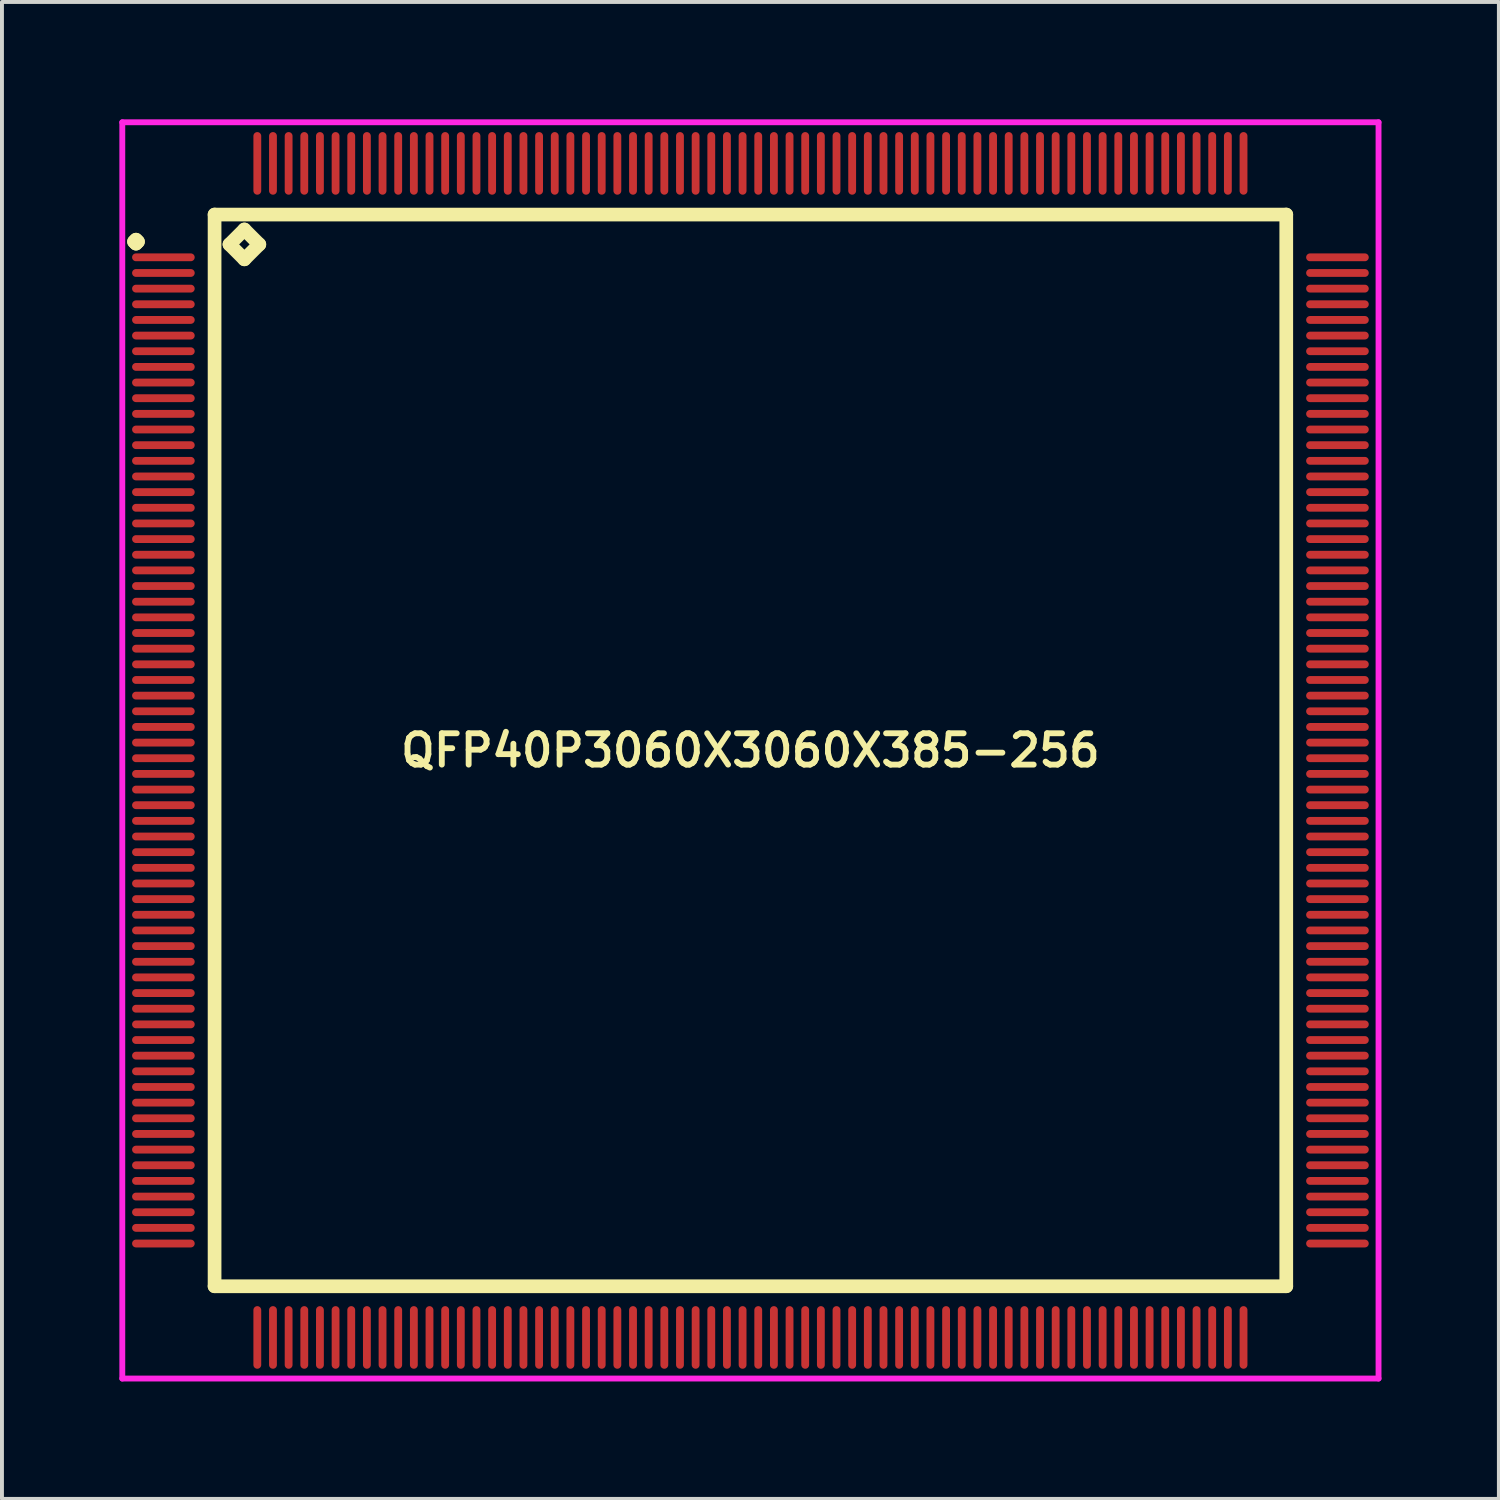
<source format=kicad_pcb>
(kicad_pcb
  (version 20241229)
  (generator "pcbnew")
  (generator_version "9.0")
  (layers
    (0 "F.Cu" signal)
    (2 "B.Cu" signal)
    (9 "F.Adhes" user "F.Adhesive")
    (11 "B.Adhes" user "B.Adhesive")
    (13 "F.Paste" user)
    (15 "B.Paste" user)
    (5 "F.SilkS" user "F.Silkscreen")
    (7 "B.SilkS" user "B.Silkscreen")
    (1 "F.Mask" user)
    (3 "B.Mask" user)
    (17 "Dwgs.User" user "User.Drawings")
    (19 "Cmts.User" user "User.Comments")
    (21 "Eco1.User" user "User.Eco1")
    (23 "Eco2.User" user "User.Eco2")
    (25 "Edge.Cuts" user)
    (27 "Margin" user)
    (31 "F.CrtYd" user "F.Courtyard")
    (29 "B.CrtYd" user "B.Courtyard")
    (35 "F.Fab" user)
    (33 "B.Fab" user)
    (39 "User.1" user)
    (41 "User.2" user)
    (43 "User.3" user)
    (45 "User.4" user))
  (footprint "QFP40P3060X3060X385-256"
    (layer "F.Cu")
    (at 16.125 16.125)
    (property "Reference" "QFP40P3060X3060X385-256" (at 0 0 0) (layer "F.SilkS") (effects (font (size 0.8 0.8) (thickness 0.15))))
    (attr through_hole)
    (fp_line (start -15.75 -13) (end -15.7 -13.05) (stroke (width 0.35) (type solid)) (layer "F.SilkS"))
    (fp_line (start -15.7 -13.05) (end -15.65 -13) (stroke (width 0.35) (type solid)) (layer "F.SilkS"))
    (fp_line (start -15.7 -12.95) (end -15.75 -13) (stroke (width 0.35) (type solid)) (layer "F.SilkS"))
    (fp_line (start -15.65 -13) (end -15.7 -12.95) (stroke (width 0.35) (type solid)) (layer "F.SilkS"))
    (fp_line (start -13.692 -13.692) (end -13.692 13.692) (stroke (width 0.35) (type solid)) (layer "F.SilkS"))
    (fp_line (start -13.692 13.692) (end 13.692 13.692) (stroke (width 0.35) (type solid)) (layer "F.SilkS"))
    (fp_line (start -13.311 -12.93) (end -12.93 -13.311) (stroke (width 0.35) (type solid)) (layer "F.SilkS"))
    (fp_line (start -12.93 -13.311) (end -12.549 -12.93) (stroke (width 0.35) (type solid)) (layer "F.SilkS"))
    (fp_line (start -12.93 -12.549) (end -13.311 -12.93) (stroke (width 0.35) (type solid)) (layer "F.SilkS"))
    (fp_line (start -12.549 -12.93) (end -12.93 -12.549) (stroke (width 0.35) (type solid)) (layer "F.SilkS"))
    (fp_line (start 13.692 -13.692) (end -13.692 -13.692) (stroke (width 0.35) (type solid)) (layer "F.SilkS"))
    (fp_line (start 13.692 13.692) (end 13.692 -13.692) (stroke (width 0.35) (type solid)) (layer "F.SilkS"))
    (fp_line (start -16.05 -16.05) (end 16.05 -16.05) (stroke (width 0.15) (type solid)) (layer "F.CrtYd"))
    (fp_line (start -16.05 16.05) (end -16.05 -16.05) (stroke (width 0.15) (type solid)) (layer "F.CrtYd"))
    (fp_line (start 16.05 -16.05) (end 16.05 16.05) (stroke (width 0.15) (type solid)) (layer "F.CrtYd"))
    (fp_line (start 16.05 16.05) (end -16.05 16.05) (stroke (width 0.15) (type solid)) (layer "F.CrtYd"))
    (pad "1" smd oval (at -15 -12.6) (size 1.6 0.2) (layers "F.Cu" "F.Mask" "F.Paste"))
    (pad "2" smd oval (at -15 -12.2) (size 1.6 0.2) (layers "F.Cu" "F.Mask" "F.Paste"))
    (pad "3" smd oval (at -15 -11.8) (size 1.6 0.2) (layers "F.Cu" "F.Mask" "F.Paste"))
    (pad "4" smd oval (at -15 -11.4) (size 1.6 0.2) (layers "F.Cu" "F.Mask" "F.Paste"))
    (pad "5" smd oval (at -15 -11) (size 1.6 0.2) (layers "F.Cu" "F.Mask" "F.Paste"))
    (pad "6" smd oval (at -15 -10.6) (size 1.6 0.2) (layers "F.Cu" "F.Mask" "F.Paste"))
    (pad "7" smd oval (at -15 -10.2) (size 1.6 0.2) (layers "F.Cu" "F.Mask" "F.Paste"))
    (pad "8" smd oval (at -15 -9.8) (size 1.6 0.2) (layers "F.Cu" "F.Mask" "F.Paste"))
    (pad "9" smd oval (at -15 -9.4) (size 1.6 0.2) (layers "F.Cu" "F.Mask" "F.Paste"))
    (pad "10" smd oval (at -15 -9) (size 1.6 0.2) (layers "F.Cu" "F.Mask" "F.Paste"))
    (pad "11" smd oval (at -15 -8.6) (size 1.6 0.2) (layers "F.Cu" "F.Mask" "F.Paste"))
    (pad "12" smd oval (at -15 -8.2) (size 1.6 0.2) (layers "F.Cu" "F.Mask" "F.Paste"))
    (pad "13" smd oval (at -15 -7.8) (size 1.6 0.2) (layers "F.Cu" "F.Mask" "F.Paste"))
    (pad "14" smd oval (at -15 -7.4) (size 1.6 0.2) (layers "F.Cu" "F.Mask" "F.Paste"))
    (pad "15" smd oval (at -15 -7) (size 1.6 0.2) (layers "F.Cu" "F.Mask" "F.Paste"))
    (pad "16" smd oval (at -15 -6.6) (size 1.6 0.2) (layers "F.Cu" "F.Mask" "F.Paste"))
    (pad "17" smd oval (at -15 -6.2) (size 1.6 0.2) (layers "F.Cu" "F.Mask" "F.Paste"))
    (pad "18" smd oval (at -15 -5.8) (size 1.6 0.2) (layers "F.Cu" "F.Mask" "F.Paste"))
    (pad "19" smd oval (at -15 -5.4) (size 1.6 0.2) (layers "F.Cu" "F.Mask" "F.Paste"))
    (pad "20" smd oval (at -15 -5) (size 1.6 0.2) (layers "F.Cu" "F.Mask" "F.Paste"))
    (pad "21" smd oval (at -15 -4.6) (size 1.6 0.2) (layers "F.Cu" "F.Mask" "F.Paste"))
    (pad "22" smd oval (at -15 -4.2) (size 1.6 0.2) (layers "F.Cu" "F.Mask" "F.Paste"))
    (pad "23" smd oval (at -15 -3.8) (size 1.6 0.2) (layers "F.Cu" "F.Mask" "F.Paste"))
    (pad "24" smd oval (at -15 -3.4) (size 1.6 0.2) (layers "F.Cu" "F.Mask" "F.Paste"))
    (pad "25" smd oval (at -15 -3) (size 1.6 0.2) (layers "F.Cu" "F.Mask" "F.Paste"))
    (pad "26" smd oval (at -15 -2.6) (size 1.6 0.2) (layers "F.Cu" "F.Mask" "F.Paste"))
    (pad "27" smd oval (at -15 -2.2) (size 1.6 0.2) (layers "F.Cu" "F.Mask" "F.Paste"))
    (pad "28" smd oval (at -15 -1.8) (size 1.6 0.2) (layers "F.Cu" "F.Mask" "F.Paste"))
    (pad "29" smd oval (at -15 -1.4) (size 1.6 0.2) (layers "F.Cu" "F.Mask" "F.Paste"))
    (pad "30" smd oval (at -15 -1) (size 1.6 0.2) (layers "F.Cu" "F.Mask" "F.Paste"))
    (pad "31" smd oval (at -15 -0.6) (size 1.6 0.2) (layers "F.Cu" "F.Mask" "F.Paste"))
    (pad "32" smd oval (at -15 -0.2) (size 1.6 0.2) (layers "F.Cu" "F.Mask" "F.Paste"))
    (pad "33" smd oval (at -15 0.2) (size 1.6 0.2) (layers "F.Cu" "F.Mask" "F.Paste"))
    (pad "34" smd oval (at -15 0.6) (size 1.6 0.2) (layers "F.Cu" "F.Mask" "F.Paste"))
    (pad "35" smd oval (at -15 1) (size 1.6 0.2) (layers "F.Cu" "F.Mask" "F.Paste"))
    (pad "36" smd oval (at -15 1.4) (size 1.6 0.2) (layers "F.Cu" "F.Mask" "F.Paste"))
    (pad "37" smd oval (at -15 1.8) (size 1.6 0.2) (layers "F.Cu" "F.Mask" "F.Paste"))
    (pad "38" smd oval (at -15 2.2) (size 1.6 0.2) (layers "F.Cu" "F.Mask" "F.Paste"))
    (pad "39" smd oval (at -15 2.6) (size 1.6 0.2) (layers "F.Cu" "F.Mask" "F.Paste"))
    (pad "40" smd oval (at -15 3) (size 1.6 0.2) (layers "F.Cu" "F.Mask" "F.Paste"))
    (pad "41" smd oval (at -15 3.4) (size 1.6 0.2) (layers "F.Cu" "F.Mask" "F.Paste"))
    (pad "42" smd oval (at -15 3.8) (size 1.6 0.2) (layers "F.Cu" "F.Mask" "F.Paste"))
    (pad "43" smd oval (at -15 4.2) (size 1.6 0.2) (layers "F.Cu" "F.Mask" "F.Paste"))
    (pad "44" smd oval (at -15 4.6) (size 1.6 0.2) (layers "F.Cu" "F.Mask" "F.Paste"))
    (pad "45" smd oval (at -15 5) (size 1.6 0.2) (layers "F.Cu" "F.Mask" "F.Paste"))
    (pad "46" smd oval (at -15 5.4) (size 1.6 0.2) (layers "F.Cu" "F.Mask" "F.Paste"))
    (pad "47" smd oval (at -15 5.8) (size 1.6 0.2) (layers "F.Cu" "F.Mask" "F.Paste"))
    (pad "48" smd oval (at -15 6.2) (size 1.6 0.2) (layers "F.Cu" "F.Mask" "F.Paste"))
    (pad "49" smd oval (at -15 6.6) (size 1.6 0.2) (layers "F.Cu" "F.Mask" "F.Paste"))
    (pad "50" smd oval (at -15 7) (size 1.6 0.2) (layers "F.Cu" "F.Mask" "F.Paste"))
    (pad "51" smd oval (at -15 7.4) (size 1.6 0.2) (layers "F.Cu" "F.Mask" "F.Paste"))
    (pad "52" smd oval (at -15 7.8) (size 1.6 0.2) (layers "F.Cu" "F.Mask" "F.Paste"))
    (pad "53" smd oval (at -15 8.2) (size 1.6 0.2) (layers "F.Cu" "F.Mask" "F.Paste"))
    (pad "54" smd oval (at -15 8.6) (size 1.6 0.2) (layers "F.Cu" "F.Mask" "F.Paste"))
    (pad "55" smd oval (at -15 9) (size 1.6 0.2) (layers "F.Cu" "F.Mask" "F.Paste"))
    (pad "56" smd oval (at -15 9.4) (size 1.6 0.2) (layers "F.Cu" "F.Mask" "F.Paste"))
    (pad "57" smd oval (at -15 9.8) (size 1.6 0.2) (layers "F.Cu" "F.Mask" "F.Paste"))
    (pad "58" smd oval (at -15 10.2) (size 1.6 0.2) (layers "F.Cu" "F.Mask" "F.Paste"))
    (pad "59" smd oval (at -15 10.6) (size 1.6 0.2) (layers "F.Cu" "F.Mask" "F.Paste"))
    (pad "60" smd oval (at -15 11) (size 1.6 0.2) (layers "F.Cu" "F.Mask" "F.Paste"))
    (pad "61" smd oval (at -15 11.4) (size 1.6 0.2) (layers "F.Cu" "F.Mask" "F.Paste"))
    (pad "62" smd oval (at -15 11.8) (size 1.6 0.2) (layers "F.Cu" "F.Mask" "F.Paste"))
    (pad "63" smd oval (at -15 12.2) (size 1.6 0.2) (layers "F.Cu" "F.Mask" "F.Paste"))
    (pad "64" smd oval (at -15 12.6) (size 1.6 0.2) (layers "F.Cu" "F.Mask" "F.Paste"))
    (pad "65" smd oval (at -12.6 15) (size 0.2 1.6) (layers "F.Cu" "F.Mask" "F.Paste"))
    (pad "66" smd oval (at -12.2 15) (size 0.2 1.6) (layers "F.Cu" "F.Mask" "F.Paste"))
    (pad "67" smd oval (at -11.8 15) (size 0.2 1.6) (layers "F.Cu" "F.Mask" "F.Paste"))
    (pad "68" smd oval (at -11.4 15) (size 0.2 1.6) (layers "F.Cu" "F.Mask" "F.Paste"))
    (pad "69" smd oval (at -11 15) (size 0.2 1.6) (layers "F.Cu" "F.Mask" "F.Paste"))
    (pad "70" smd oval (at -10.6 15) (size 0.2 1.6) (layers "F.Cu" "F.Mask" "F.Paste"))
    (pad "71" smd oval (at -10.2 15) (size 0.2 1.6) (layers "F.Cu" "F.Mask" "F.Paste"))
    (pad "72" smd oval (at -9.8 15) (size 0.2 1.6) (layers "F.Cu" "F.Mask" "F.Paste"))
    (pad "73" smd oval (at -9.4 15) (size 0.2 1.6) (layers "F.Cu" "F.Mask" "F.Paste"))
    (pad "74" smd oval (at -9 15) (size 0.2 1.6) (layers "F.Cu" "F.Mask" "F.Paste"))
    (pad "75" smd oval (at -8.6 15) (size 0.2 1.6) (layers "F.Cu" "F.Mask" "F.Paste"))
    (pad "76" smd oval (at -8.2 15) (size 0.2 1.6) (layers "F.Cu" "F.Mask" "F.Paste"))
    (pad "77" smd oval (at -7.8 15) (size 0.2 1.6) (layers "F.Cu" "F.Mask" "F.Paste"))
    (pad "78" smd oval (at -7.4 15) (size 0.2 1.6) (layers "F.Cu" "F.Mask" "F.Paste"))
    (pad "79" smd oval (at -7 15) (size 0.2 1.6) (layers "F.Cu" "F.Mask" "F.Paste"))
    (pad "80" smd oval (at -6.6 15) (size 0.2 1.6) (layers "F.Cu" "F.Mask" "F.Paste"))
    (pad "81" smd oval (at -6.2 15) (size 0.2 1.6) (layers "F.Cu" "F.Mask" "F.Paste"))
    (pad "82" smd oval (at -5.8 15) (size 0.2 1.6) (layers "F.Cu" "F.Mask" "F.Paste"))
    (pad "83" smd oval (at -5.4 15) (size 0.2 1.6) (layers "F.Cu" "F.Mask" "F.Paste"))
    (pad "84" smd oval (at -5 15) (size 0.2 1.6) (layers "F.Cu" "F.Mask" "F.Paste"))
    (pad "85" smd oval (at -4.6 15) (size 0.2 1.6) (layers "F.Cu" "F.Mask" "F.Paste"))
    (pad "86" smd oval (at -4.2 15) (size 0.2 1.6) (layers "F.Cu" "F.Mask" "F.Paste"))
    (pad "87" smd oval (at -3.8 15) (size 0.2 1.6) (layers "F.Cu" "F.Mask" "F.Paste"))
    (pad "88" smd oval (at -3.4 15) (size 0.2 1.6) (layers "F.Cu" "F.Mask" "F.Paste"))
    (pad "89" smd oval (at -3 15) (size 0.2 1.6) (layers "F.Cu" "F.Mask" "F.Paste"))
    (pad "90" smd oval (at -2.6 15) (size 0.2 1.6) (layers "F.Cu" "F.Mask" "F.Paste"))
    (pad "91" smd oval (at -2.2 15) (size 0.2 1.6) (layers "F.Cu" "F.Mask" "F.Paste"))
    (pad "92" smd oval (at -1.8 15) (size 0.2 1.6) (layers "F.Cu" "F.Mask" "F.Paste"))
    (pad "93" smd oval (at -1.4 15) (size 0.2 1.6) (layers "F.Cu" "F.Mask" "F.Paste"))
    (pad "94" smd oval (at -1 15) (size 0.2 1.6) (layers "F.Cu" "F.Mask" "F.Paste"))
    (pad "95" smd oval (at -0.6 15) (size 0.2 1.6) (layers "F.Cu" "F.Mask" "F.Paste"))
    (pad "96" smd oval (at -0.2 15) (size 0.2 1.6) (layers "F.Cu" "F.Mask" "F.Paste"))
    (pad "97" smd oval (at 0.2 15) (size 0.2 1.6) (layers "F.Cu" "F.Mask" "F.Paste"))
    (pad "98" smd oval (at 0.6 15) (size 0.2 1.6) (layers "F.Cu" "F.Mask" "F.Paste"))
    (pad "99" smd oval (at 1 15) (size 0.2 1.6) (layers "F.Cu" "F.Mask" "F.Paste"))
    (pad "100" smd oval (at 1.4 15) (size 0.2 1.6) (layers "F.Cu" "F.Mask" "F.Paste"))
    (pad "101" smd oval (at 1.8 15) (size 0.2 1.6) (layers "F.Cu" "F.Mask" "F.Paste"))
    (pad "102" smd oval (at 2.2 15) (size 0.2 1.6) (layers "F.Cu" "F.Mask" "F.Paste"))
    (pad "103" smd oval (at 2.6 15) (size 0.2 1.6) (layers "F.Cu" "F.Mask" "F.Paste"))
    (pad "104" smd oval (at 3 15) (size 0.2 1.6) (layers "F.Cu" "F.Mask" "F.Paste"))
    (pad "105" smd oval (at 3.4 15) (size 0.2 1.6) (layers "F.Cu" "F.Mask" "F.Paste"))
    (pad "106" smd oval (at 3.8 15) (size 0.2 1.6) (layers "F.Cu" "F.Mask" "F.Paste"))
    (pad "107" smd oval (at 4.2 15) (size 0.2 1.6) (layers "F.Cu" "F.Mask" "F.Paste"))
    (pad "108" smd oval (at 4.6 15) (size 0.2 1.6) (layers "F.Cu" "F.Mask" "F.Paste"))
    (pad "109" smd oval (at 5 15) (size 0.2 1.6) (layers "F.Cu" "F.Mask" "F.Paste"))
    (pad "110" smd oval (at 5.4 15) (size 0.2 1.6) (layers "F.Cu" "F.Mask" "F.Paste"))
    (pad "111" smd oval (at 5.8 15) (size 0.2 1.6) (layers "F.Cu" "F.Mask" "F.Paste"))
    (pad "112" smd oval (at 6.2 15) (size 0.2 1.6) (layers "F.Cu" "F.Mask" "F.Paste"))
    (pad "113" smd oval (at 6.6 15) (size 0.2 1.6) (layers "F.Cu" "F.Mask" "F.Paste"))
    (pad "114" smd oval (at 7 15) (size 0.2 1.6) (layers "F.Cu" "F.Mask" "F.Paste"))
    (pad "115" smd oval (at 7.4 15) (size 0.2 1.6) (layers "F.Cu" "F.Mask" "F.Paste"))
    (pad "116" smd oval (at 7.8 15) (size 0.2 1.6) (layers "F.Cu" "F.Mask" "F.Paste"))
    (pad "117" smd oval (at 8.2 15) (size 0.2 1.6) (layers "F.Cu" "F.Mask" "F.Paste"))
    (pad "118" smd oval (at 8.6 15) (size 0.2 1.6) (layers "F.Cu" "F.Mask" "F.Paste"))
    (pad "119" smd oval (at 9 15) (size 0.2 1.6) (layers "F.Cu" "F.Mask" "F.Paste"))
    (pad "120" smd oval (at 9.4 15) (size 0.2 1.6) (layers "F.Cu" "F.Mask" "F.Paste"))
    (pad "121" smd oval (at 9.8 15) (size 0.2 1.6) (layers "F.Cu" "F.Mask" "F.Paste"))
    (pad "122" smd oval (at 10.2 15) (size 0.2 1.6) (layers "F.Cu" "F.Mask" "F.Paste"))
    (pad "123" smd oval (at 10.6 15) (size 0.2 1.6) (layers "F.Cu" "F.Mask" "F.Paste"))
    (pad "124" smd oval (at 11 15) (size 0.2 1.6) (layers "F.Cu" "F.Mask" "F.Paste"))
    (pad "125" smd oval (at 11.4 15) (size 0.2 1.6) (layers "F.Cu" "F.Mask" "F.Paste"))
    (pad "126" smd oval (at 11.8 15) (size 0.2 1.6) (layers "F.Cu" "F.Mask" "F.Paste"))
    (pad "127" smd oval (at 12.2 15) (size 0.2 1.6) (layers "F.Cu" "F.Mask" "F.Paste"))
    (pad "128" smd oval (at 12.6 15) (size 0.2 1.6) (layers "F.Cu" "F.Mask" "F.Paste"))
    (pad "129" smd oval (at 15 12.6) (size 1.6 0.2) (layers "F.Cu" "F.Mask" "F.Paste"))
    (pad "130" smd oval (at 15 12.2) (size 1.6 0.2) (layers "F.Cu" "F.Mask" "F.Paste"))
    (pad "131" smd oval (at 15 11.8) (size 1.6 0.2) (layers "F.Cu" "F.Mask" "F.Paste"))
    (pad "132" smd oval (at 15 11.4) (size 1.6 0.2) (layers "F.Cu" "F.Mask" "F.Paste"))
    (pad "133" smd oval (at 15 11) (size 1.6 0.2) (layers "F.Cu" "F.Mask" "F.Paste"))
    (pad "134" smd oval (at 15 10.6) (size 1.6 0.2) (layers "F.Cu" "F.Mask" "F.Paste"))
    (pad "135" smd oval (at 15 10.2) (size 1.6 0.2) (layers "F.Cu" "F.Mask" "F.Paste"))
    (pad "136" smd oval (at 15 9.8) (size 1.6 0.2) (layers "F.Cu" "F.Mask" "F.Paste"))
    (pad "137" smd oval (at 15 9.4) (size 1.6 0.2) (layers "F.Cu" "F.Mask" "F.Paste"))
    (pad "138" smd oval (at 15 9) (size 1.6 0.2) (layers "F.Cu" "F.Mask" "F.Paste"))
    (pad "139" smd oval (at 15 8.6) (size 1.6 0.2) (layers "F.Cu" "F.Mask" "F.Paste"))
    (pad "140" smd oval (at 15 8.2) (size 1.6 0.2) (layers "F.Cu" "F.Mask" "F.Paste"))
    (pad "141" smd oval (at 15 7.8) (size 1.6 0.2) (layers "F.Cu" "F.Mask" "F.Paste"))
    (pad "142" smd oval (at 15 7.4) (size 1.6 0.2) (layers "F.Cu" "F.Mask" "F.Paste"))
    (pad "143" smd oval (at 15 7) (size 1.6 0.2) (layers "F.Cu" "F.Mask" "F.Paste"))
    (pad "144" smd oval (at 15 6.6) (size 1.6 0.2) (layers "F.Cu" "F.Mask" "F.Paste"))
    (pad "145" smd oval (at 15 6.2) (size 1.6 0.2) (layers "F.Cu" "F.Mask" "F.Paste"))
    (pad "146" smd oval (at 15 5.8) (size 1.6 0.2) (layers "F.Cu" "F.Mask" "F.Paste"))
    (pad "147" smd oval (at 15 5.4) (size 1.6 0.2) (layers "F.Cu" "F.Mask" "F.Paste"))
    (pad "148" smd oval (at 15 5) (size 1.6 0.2) (layers "F.Cu" "F.Mask" "F.Paste"))
    (pad "149" smd oval (at 15 4.6) (size 1.6 0.2) (layers "F.Cu" "F.Mask" "F.Paste"))
    (pad "150" smd oval (at 15 4.2) (size 1.6 0.2) (layers "F.Cu" "F.Mask" "F.Paste"))
    (pad "151" smd oval (at 15 3.8) (size 1.6 0.2) (layers "F.Cu" "F.Mask" "F.Paste"))
    (pad "152" smd oval (at 15 3.4) (size 1.6 0.2) (layers "F.Cu" "F.Mask" "F.Paste"))
    (pad "153" smd oval (at 15 3) (size 1.6 0.2) (layers "F.Cu" "F.Mask" "F.Paste"))
    (pad "154" smd oval (at 15 2.6) (size 1.6 0.2) (layers "F.Cu" "F.Mask" "F.Paste"))
    (pad "155" smd oval (at 15 2.2) (size 1.6 0.2) (layers "F.Cu" "F.Mask" "F.Paste"))
    (pad "156" smd oval (at 15 1.8) (size 1.6 0.2) (layers "F.Cu" "F.Mask" "F.Paste"))
    (pad "157" smd oval (at 15 1.4) (size 1.6 0.2) (layers "F.Cu" "F.Mask" "F.Paste"))
    (pad "158" smd oval (at 15 1) (size 1.6 0.2) (layers "F.Cu" "F.Mask" "F.Paste"))
    (pad "159" smd oval (at 15 0.6) (size 1.6 0.2) (layers "F.Cu" "F.Mask" "F.Paste"))
    (pad "160" smd oval (at 15 0.2) (size 1.6 0.2) (layers "F.Cu" "F.Mask" "F.Paste"))
    (pad "161" smd oval (at 15 -0.2) (size 1.6 0.2) (layers "F.Cu" "F.Mask" "F.Paste"))
    (pad "162" smd oval (at 15 -0.6) (size 1.6 0.2) (layers "F.Cu" "F.Mask" "F.Paste"))
    (pad "163" smd oval (at 15 -1) (size 1.6 0.2) (layers "F.Cu" "F.Mask" "F.Paste"))
    (pad "164" smd oval (at 15 -1.4) (size 1.6 0.2) (layers "F.Cu" "F.Mask" "F.Paste"))
    (pad "165" smd oval (at 15 -1.8) (size 1.6 0.2) (layers "F.Cu" "F.Mask" "F.Paste"))
    (pad "166" smd oval (at 15 -2.2) (size 1.6 0.2) (layers "F.Cu" "F.Mask" "F.Paste"))
    (pad "167" smd oval (at 15 -2.6) (size 1.6 0.2) (layers "F.Cu" "F.Mask" "F.Paste"))
    (pad "168" smd oval (at 15 -3) (size 1.6 0.2) (layers "F.Cu" "F.Mask" "F.Paste"))
    (pad "169" smd oval (at 15 -3.4) (size 1.6 0.2) (layers "F.Cu" "F.Mask" "F.Paste"))
    (pad "170" smd oval (at 15 -3.8) (size 1.6 0.2) (layers "F.Cu" "F.Mask" "F.Paste"))
    (pad "171" smd oval (at 15 -4.2) (size 1.6 0.2) (layers "F.Cu" "F.Mask" "F.Paste"))
    (pad "172" smd oval (at 15 -4.6) (size 1.6 0.2) (layers "F.Cu" "F.Mask" "F.Paste"))
    (pad "173" smd oval (at 15 -5) (size 1.6 0.2) (layers "F.Cu" "F.Mask" "F.Paste"))
    (pad "174" smd oval (at 15 -5.4) (size 1.6 0.2) (layers "F.Cu" "F.Mask" "F.Paste"))
    (pad "175" smd oval (at 15 -5.8) (size 1.6 0.2) (layers "F.Cu" "F.Mask" "F.Paste"))
    (pad "176" smd oval (at 15 -6.2) (size 1.6 0.2) (layers "F.Cu" "F.Mask" "F.Paste"))
    (pad "177" smd oval (at 15 -6.6) (size 1.6 0.2) (layers "F.Cu" "F.Mask" "F.Paste"))
    (pad "178" smd oval (at 15 -7) (size 1.6 0.2) (layers "F.Cu" "F.Mask" "F.Paste"))
    (pad "179" smd oval (at 15 -7.4) (size 1.6 0.2) (layers "F.Cu" "F.Mask" "F.Paste"))
    (pad "180" smd oval (at 15 -7.8) (size 1.6 0.2) (layers "F.Cu" "F.Mask" "F.Paste"))
    (pad "181" smd oval (at 15 -8.2) (size 1.6 0.2) (layers "F.Cu" "F.Mask" "F.Paste"))
    (pad "182" smd oval (at 15 -8.6) (size 1.6 0.2) (layers "F.Cu" "F.Mask" "F.Paste"))
    (pad "183" smd oval (at 15 -9) (size 1.6 0.2) (layers "F.Cu" "F.Mask" "F.Paste"))
    (pad "184" smd oval (at 15 -9.4) (size 1.6 0.2) (layers "F.Cu" "F.Mask" "F.Paste"))
    (pad "185" smd oval (at 15 -9.8) (size 1.6 0.2) (layers "F.Cu" "F.Mask" "F.Paste"))
    (pad "186" smd oval (at 15 -10.2) (size 1.6 0.2) (layers "F.Cu" "F.Mask" "F.Paste"))
    (pad "187" smd oval (at 15 -10.6) (size 1.6 0.2) (layers "F.Cu" "F.Mask" "F.Paste"))
    (pad "188" smd oval (at 15 -11) (size 1.6 0.2) (layers "F.Cu" "F.Mask" "F.Paste"))
    (pad "189" smd oval (at 15 -11.4) (size 1.6 0.2) (layers "F.Cu" "F.Mask" "F.Paste"))
    (pad "190" smd oval (at 15 -11.8) (size 1.6 0.2) (layers "F.Cu" "F.Mask" "F.Paste"))
    (pad "191" smd oval (at 15 -12.2) (size 1.6 0.2) (layers "F.Cu" "F.Mask" "F.Paste"))
    (pad "192" smd oval (at 15 -12.6) (size 1.6 0.2) (layers "F.Cu" "F.Mask" "F.Paste"))
    (pad "193" smd oval (at 12.6 -15) (size 0.2 1.6) (layers "F.Cu" "F.Mask" "F.Paste"))
    (pad "194" smd oval (at 12.2 -15) (size 0.2 1.6) (layers "F.Cu" "F.Mask" "F.Paste"))
    (pad "195" smd oval (at 11.8 -15) (size 0.2 1.6) (layers "F.Cu" "F.Mask" "F.Paste"))
    (pad "196" smd oval (at 11.4 -15) (size 0.2 1.6) (layers "F.Cu" "F.Mask" "F.Paste"))
    (pad "197" smd oval (at 11 -15) (size 0.2 1.6) (layers "F.Cu" "F.Mask" "F.Paste"))
    (pad "198" smd oval (at 10.6 -15) (size 0.2 1.6) (layers "F.Cu" "F.Mask" "F.Paste"))
    (pad "199" smd oval (at 10.2 -15) (size 0.2 1.6) (layers "F.Cu" "F.Mask" "F.Paste"))
    (pad "200" smd oval (at 9.8 -15) (size 0.2 1.6) (layers "F.Cu" "F.Mask" "F.Paste"))
    (pad "201" smd oval (at 9.4 -15) (size 0.2 1.6) (layers "F.Cu" "F.Mask" "F.Paste"))
    (pad "202" smd oval (at 9 -15) (size 0.2 1.6) (layers "F.Cu" "F.Mask" "F.Paste"))
    (pad "203" smd oval (at 8.6 -15) (size 0.2 1.6) (layers "F.Cu" "F.Mask" "F.Paste"))
    (pad "204" smd oval (at 8.2 -15) (size 0.2 1.6) (layers "F.Cu" "F.Mask" "F.Paste"))
    (pad "205" smd oval (at 7.8 -15) (size 0.2 1.6) (layers "F.Cu" "F.Mask" "F.Paste"))
    (pad "206" smd oval (at 7.4 -15) (size 0.2 1.6) (layers "F.Cu" "F.Mask" "F.Paste"))
    (pad "207" smd oval (at 7 -15) (size 0.2 1.6) (layers "F.Cu" "F.Mask" "F.Paste"))
    (pad "208" smd oval (at 6.6 -15) (size 0.2 1.6) (layers "F.Cu" "F.Mask" "F.Paste"))
    (pad "209" smd oval (at 6.2 -15) (size 0.2 1.6) (layers "F.Cu" "F.Mask" "F.Paste"))
    (pad "210" smd oval (at 5.8 -15) (size 0.2 1.6) (layers "F.Cu" "F.Mask" "F.Paste"))
    (pad "211" smd oval (at 5.4 -15) (size 0.2 1.6) (layers "F.Cu" "F.Mask" "F.Paste"))
    (pad "212" smd oval (at 5 -15) (size 0.2 1.6) (layers "F.Cu" "F.Mask" "F.Paste"))
    (pad "213" smd oval (at 4.6 -15) (size 0.2 1.6) (layers "F.Cu" "F.Mask" "F.Paste"))
    (pad "214" smd oval (at 4.2 -15) (size 0.2 1.6) (layers "F.Cu" "F.Mask" "F.Paste"))
    (pad "215" smd oval (at 3.8 -15) (size 0.2 1.6) (layers "F.Cu" "F.Mask" "F.Paste"))
    (pad "216" smd oval (at 3.4 -15) (size 0.2 1.6) (layers "F.Cu" "F.Mask" "F.Paste"))
    (pad "217" smd oval (at 3 -15) (size 0.2 1.6) (layers "F.Cu" "F.Mask" "F.Paste"))
    (pad "218" smd oval (at 2.6 -15) (size 0.2 1.6) (layers "F.Cu" "F.Mask" "F.Paste"))
    (pad "219" smd oval (at 2.2 -15) (size 0.2 1.6) (layers "F.Cu" "F.Mask" "F.Paste"))
    (pad "220" smd oval (at 1.8 -15) (size 0.2 1.6) (layers "F.Cu" "F.Mask" "F.Paste"))
    (pad "221" smd oval (at 1.4 -15) (size 0.2 1.6) (layers "F.Cu" "F.Mask" "F.Paste"))
    (pad "222" smd oval (at 1 -15) (size 0.2 1.6) (layers "F.Cu" "F.Mask" "F.Paste"))
    (pad "223" smd oval (at 0.6 -15) (size 0.2 1.6) (layers "F.Cu" "F.Mask" "F.Paste"))
    (pad "224" smd oval (at 0.2 -15) (size 0.2 1.6) (layers "F.Cu" "F.Mask" "F.Paste"))
    (pad "225" smd oval (at -0.2 -15) (size 0.2 1.6) (layers "F.Cu" "F.Mask" "F.Paste"))
    (pad "226" smd oval (at -0.6 -15) (size 0.2 1.6) (layers "F.Cu" "F.Mask" "F.Paste"))
    (pad "227" smd oval (at -1 -15) (size 0.2 1.6) (layers "F.Cu" "F.Mask" "F.Paste"))
    (pad "228" smd oval (at -1.4 -15) (size 0.2 1.6) (layers "F.Cu" "F.Mask" "F.Paste"))
    (pad "229" smd oval (at -1.8 -15) (size 0.2 1.6) (layers "F.Cu" "F.Mask" "F.Paste"))
    (pad "230" smd oval (at -2.2 -15) (size 0.2 1.6) (layers "F.Cu" "F.Mask" "F.Paste"))
    (pad "231" smd oval (at -2.6 -15) (size 0.2 1.6) (layers "F.Cu" "F.Mask" "F.Paste"))
    (pad "232" smd oval (at -3 -15) (size 0.2 1.6) (layers "F.Cu" "F.Mask" "F.Paste"))
    (pad "233" smd oval (at -3.4 -15) (size 0.2 1.6) (layers "F.Cu" "F.Mask" "F.Paste"))
    (pad "234" smd oval (at -3.8 -15) (size 0.2 1.6) (layers "F.Cu" "F.Mask" "F.Paste"))
    (pad "235" smd oval (at -4.2 -15) (size 0.2 1.6) (layers "F.Cu" "F.Mask" "F.Paste"))
    (pad "236" smd oval (at -4.6 -15) (size 0.2 1.6) (layers "F.Cu" "F.Mask" "F.Paste"))
    (pad "237" smd oval (at -5 -15) (size 0.2 1.6) (layers "F.Cu" "F.Mask" "F.Paste"))
    (pad "238" smd oval (at -5.4 -15) (size 0.2 1.6) (layers "F.Cu" "F.Mask" "F.Paste"))
    (pad "239" smd oval (at -5.8 -15) (size 0.2 1.6) (layers "F.Cu" "F.Mask" "F.Paste"))
    (pad "240" smd oval (at -6.2 -15) (size 0.2 1.6) (layers "F.Cu" "F.Mask" "F.Paste"))
    (pad "241" smd oval (at -6.6 -15) (size 0.2 1.6) (layers "F.Cu" "F.Mask" "F.Paste"))
    (pad "242" smd oval (at -7 -15) (size 0.2 1.6) (layers "F.Cu" "F.Mask" "F.Paste"))
    (pad "243" smd oval (at -7.4 -15) (size 0.2 1.6) (layers "F.Cu" "F.Mask" "F.Paste"))
    (pad "244" smd oval (at -7.8 -15) (size 0.2 1.6) (layers "F.Cu" "F.Mask" "F.Paste"))
    (pad "245" smd oval (at -8.2 -15) (size 0.2 1.6) (layers "F.Cu" "F.Mask" "F.Paste"))
    (pad "246" smd oval (at -8.6 -15) (size 0.2 1.6) (layers "F.Cu" "F.Mask" "F.Paste"))
    (pad "247" smd oval (at -9 -15) (size 0.2 1.6) (layers "F.Cu" "F.Mask" "F.Paste"))
    (pad "248" smd oval (at -9.4 -15) (size 0.2 1.6) (layers "F.Cu" "F.Mask" "F.Paste"))
    (pad "249" smd oval (at -9.8 -15) (size 0.2 1.6) (layers "F.Cu" "F.Mask" "F.Paste"))
    (pad "250" smd oval (at -10.2 -15) (size 0.2 1.6) (layers "F.Cu" "F.Mask" "F.Paste"))
    (pad "251" smd oval (at -10.6 -15) (size 0.2 1.6) (layers "F.Cu" "F.Mask" "F.Paste"))
    (pad "252" smd oval (at -11 -15) (size 0.2 1.6) (layers "F.Cu" "F.Mask" "F.Paste"))
    (pad "253" smd oval (at -11.4 -15) (size 0.2 1.6) (layers "F.Cu" "F.Mask" "F.Paste"))
    (pad "254" smd oval (at -11.8 -15) (size 0.2 1.6) (layers "F.Cu" "F.Mask" "F.Paste"))
    (pad "255" smd oval (at -12.2 -15) (size 0.2 1.6) (layers "F.Cu" "F.Mask" "F.Paste"))
    (pad "256" smd oval (at -12.6 -15) (size 0.2 1.6) (layers "F.Cu" "F.Mask" "F.Paste")))
  (gr_rect
    (start -3 -3)
    (end 35.25 35.25)
    (stroke (width 0.1) (type default))
    (fill no)
    (layer "Edge.Cuts")))
</source>
